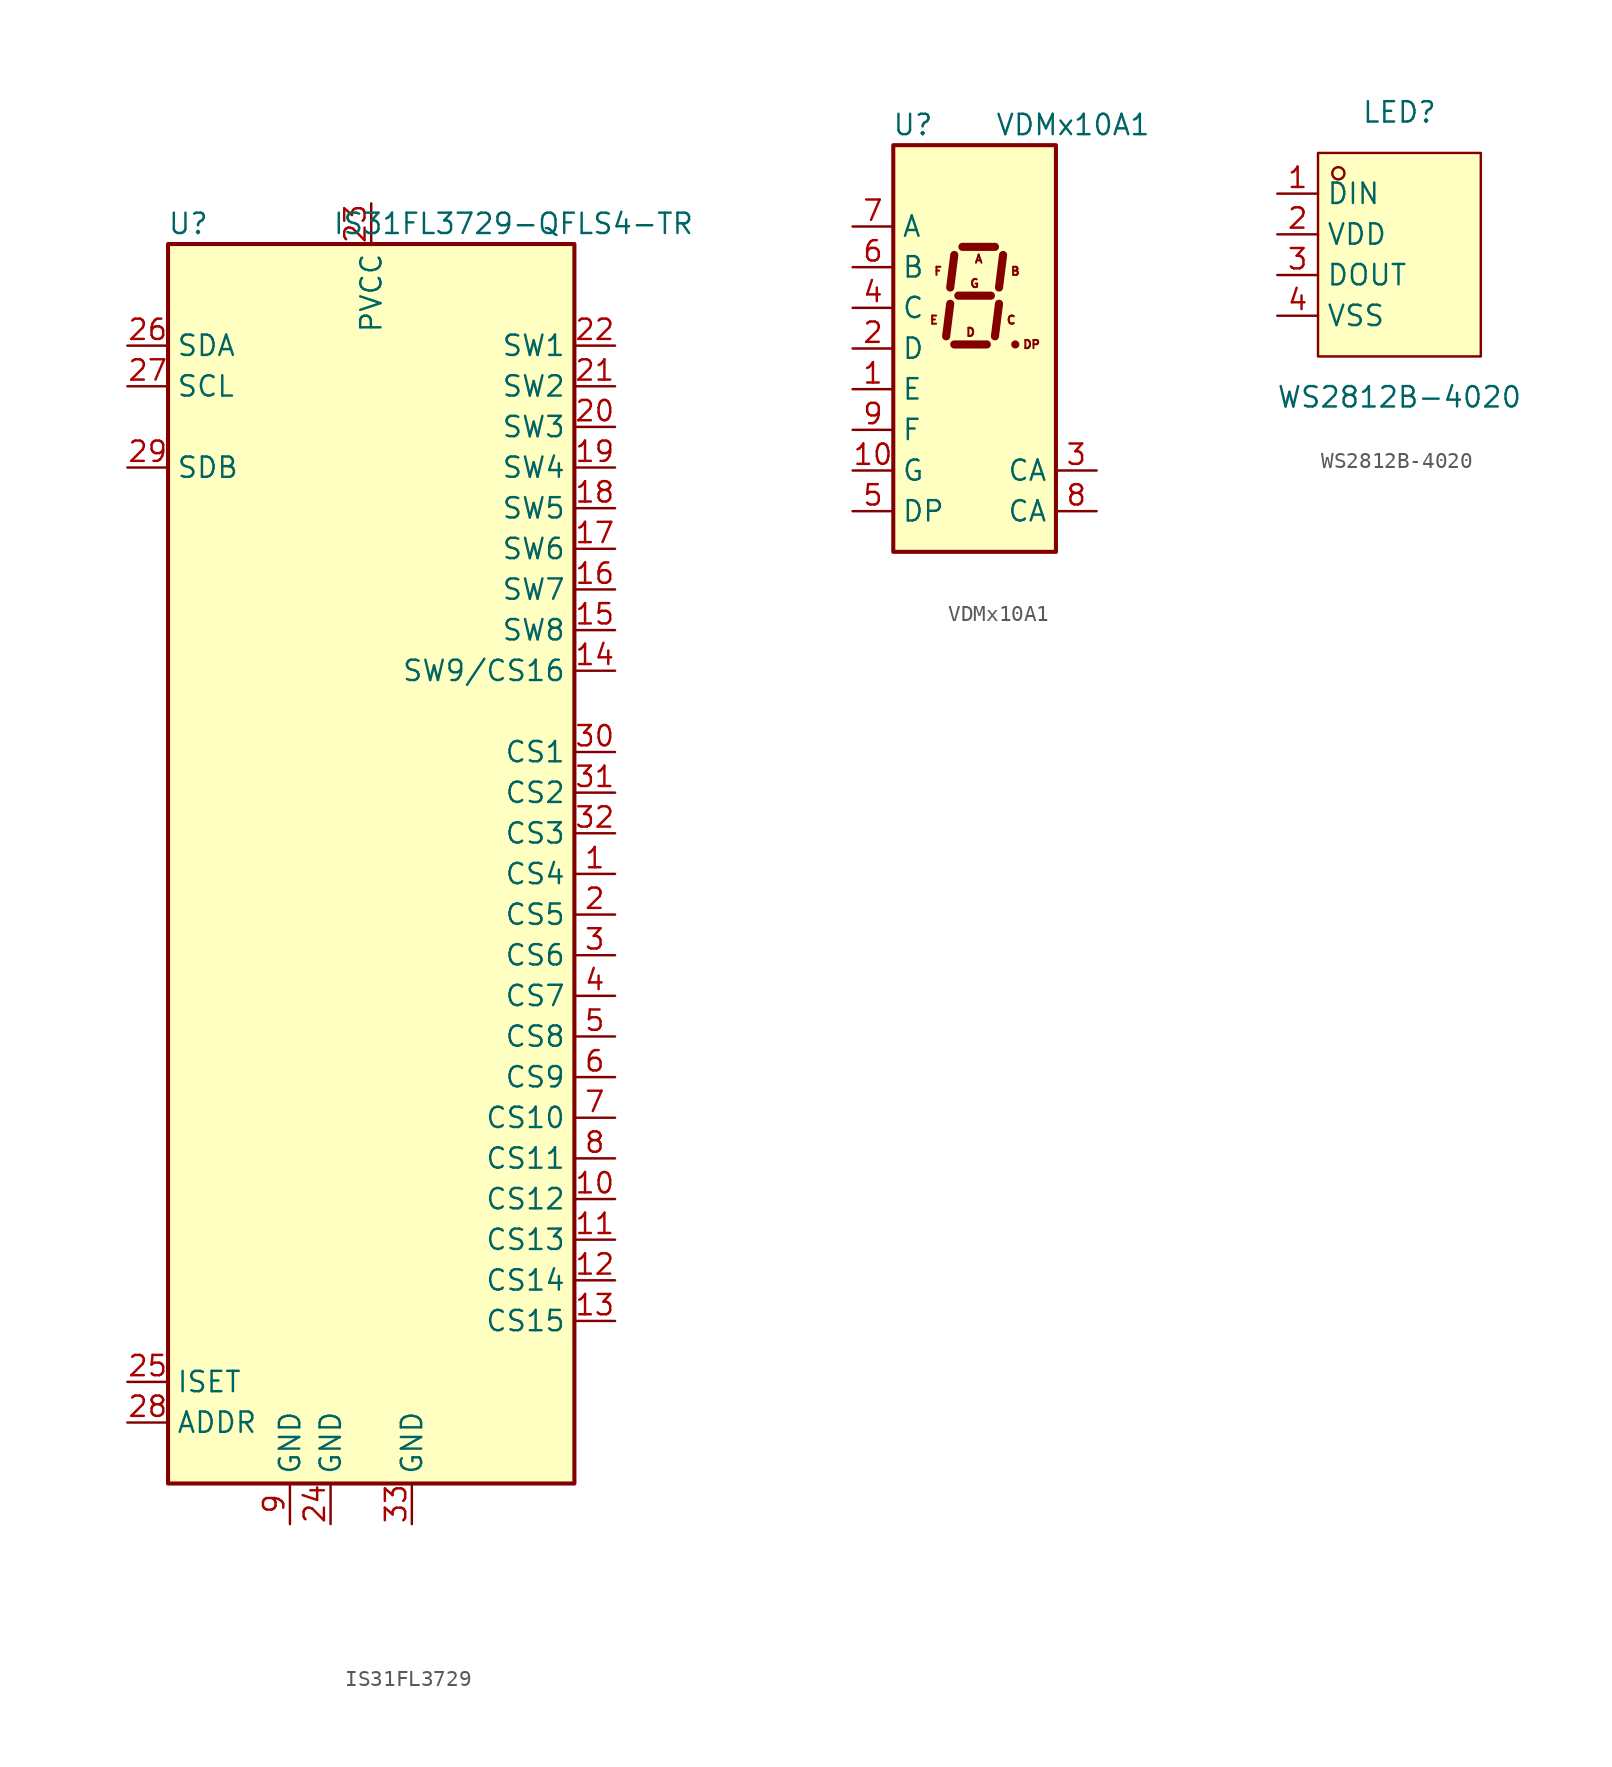
<source format=kicad_sym>
(kicad_symbol_lib
  (version 20231120)
  (generator "kicad_symbol_editor")
  (generator_version "8.0")
  (symbol "IS31FL3729"
    (property "Reference" "U"
      (at -11.43 67.31 0)
      (effects (font (size 1.27 1.27))))
    (property "Value" "IS31FL3729-QFLS4-TR"
      (at 8.89 67.31 0)
      (effects (font (size 1.27 1.27))))
    (symbol "IS31FL3729_0_1"
      (rectangle (start -12.7 66.04) (end 12.7 -11.43) (stroke (width 0.254) (type default)) (fill (type background))))
    (symbol "IS31FL3729_1_1"
      (pin output line (at 15.24 26.67 180) (length 2.54) (name "CS4" (effects (font (size 1.27 1.27)))) (number "1" (effects (font (size 1.27 1.27)))))
      (pin output line (at 15.24 6.35 180) (length 2.54) (name "CS12" (effects (font (size 1.27 1.27)))) (number "10" (effects (font (size 1.27 1.27)))))
      (pin output line (at 15.24 3.81 180) (length 2.54) (name "CS13" (effects (font (size 1.27 1.27)))) (number "11" (effects (font (size 1.27 1.27)))))
      (pin output line (at 15.24 1.27 180) (length 2.54) (name "CS14" (effects (font (size 1.27 1.27)))) (number "12" (effects (font (size 1.27 1.27)))))
      (pin output line (at 15.24 -1.27 180) (length 2.54) (name "CS15" (effects (font (size 1.27 1.27)))) (number "13" (effects (font (size 1.27 1.27)))))
      (pin input line (at 15.24 39.37 180) (length 2.54) (name "SW9/CS16" (effects (font (size 1.27 1.27)))) (number "14" (effects (font (size 1.27 1.27)))))
      (pin input line (at 15.24 41.91 180) (length 2.54) (name "SW8" (effects (font (size 1.27 1.27)))) (number "15" (effects (font (size 1.27 1.27)))))
      (pin input line (at 15.24 44.45 180) (length 2.54) (name "SW7" (effects (font (size 1.27 1.27)))) (number "16" (effects (font (size 1.27 1.27)))))
      (pin input line (at 15.24 46.99 180) (length 2.54) (name "SW6" (effects (font (size 1.27 1.27)))) (number "17" (effects (font (size 1.27 1.27)))))
      (pin input line (at 15.24 49.53 180) (length 2.54) (name "SW5" (effects (font (size 1.27 1.27)))) (number "18" (effects (font (size 1.27 1.27)))))
      (pin input line (at 15.24 52.07 180) (length 2.54) (name "SW4" (effects (font (size 1.27 1.27)))) (number "19" (effects (font (size 1.27 1.27)))))
      (pin output line (at 15.24 24.13 180) (length 2.54) (name "CS5" (effects (font (size 1.27 1.27)))) (number "2" (effects (font (size 1.27 1.27)))))
      (pin input line (at 15.24 54.61 180) (length 2.54) (name "SW3" (effects (font (size 1.27 1.27)))) (number "20" (effects (font (size 1.27 1.27)))))
      (pin input line (at 15.24 57.15 180) (length 2.54) (name "SW2" (effects (font (size 1.27 1.27)))) (number "21" (effects (font (size 1.27 1.27)))))
      (pin input line (at 15.24 59.69 180) (length 2.54) (name "SW1" (effects (font (size 1.27 1.27)))) (number "22" (effects (font (size 1.27 1.27)))))
      (pin power_in line (at 0 68.58 270) (length 2.54) (name "PVCC" (effects (font (size 1.27 1.27)))) (number "23" (effects (font (size 1.27 1.27)))))
      (pin power_in line (at -2.54 -13.97 90) (length 2.54) (name "GND" (effects (font (size 1.27 1.27)))) (number "24" (effects (font (size 1.27 1.27)))))
      (pin input line (at -15.24 -5.08 0) (length 2.54) (name "ISET" (effects (font (size 1.27 1.27)))) (number "25" (effects (font (size 1.27 1.27)))))
      (pin bidirectional line (at -15.24 59.69 0) (length 2.54) (name "SDA" (effects (font (size 1.27 1.27)))) (number "26" (effects (font (size 1.27 1.27)))))
      (pin input line (at -15.24 57.15 0) (length 2.54) (name "SCL" (effects (font (size 1.27 1.27)))) (number "27" (effects (font (size 1.27 1.27)))))
      (pin input line (at -15.24 -7.62 0) (length 2.54) (name "ADDR" (effects (font (size 1.27 1.27)))) (number "28" (effects (font (size 1.27 1.27)))))
      (pin input line (at -15.24 52.07 0) (length 2.54) (name "SDB" (effects (font (size 1.27 1.27)))) (number "29" (effects (font (size 1.27 1.27)))))
      (pin output line (at 15.24 21.59 180) (length 2.54) (name "CS6" (effects (font (size 1.27 1.27)))) (number "3" (effects (font (size 1.27 1.27)))))
      (pin output line (at 15.24 34.29 180) (length 2.54) (name "CS1" (effects (font (size 1.27 1.27)))) (number "30" (effects (font (size 1.27 1.27)))))
      (pin output line (at 15.24 31.75 180) (length 2.54) (name "CS2" (effects (font (size 1.27 1.27)))) (number "31" (effects (font (size 1.27 1.27)))))
      (pin output line (at 15.24 29.21 180) (length 2.54) (name "CS3" (effects (font (size 1.27 1.27)))) (number "32" (effects (font (size 1.27 1.27)))))
      (pin power_in line (at 2.54 -13.97 90) (length 2.54) (name "GND" (effects (font (size 1.27 1.27)))) (number "33" (effects (font (size 1.27 1.27)))))
      (pin output line (at 15.24 19.05 180) (length 2.54) (name "CS7" (effects (font (size 1.27 1.27)))) (number "4" (effects (font (size 1.27 1.27)))))
      (pin output line (at 15.24 16.51 180) (length 2.54) (name "CS8" (effects (font (size 1.27 1.27)))) (number "5" (effects (font (size 1.27 1.27)))))
      (pin output line (at 15.24 13.97 180) (length 2.54) (name "CS9" (effects (font (size 1.27 1.27)))) (number "6" (effects (font (size 1.27 1.27)))))
      (pin output line (at 15.24 11.43 180) (length 2.54) (name "CS10" (effects (font (size 1.27 1.27)))) (number "7" (effects (font (size 1.27 1.27)))))
      (pin output line (at 15.24 8.89 180) (length 2.54) (name "CS11" (effects (font (size 1.27 1.27)))) (number "8" (effects (font (size 1.27 1.27)))))
      (pin power_in line (at -5.08 -13.97 90) (length 2.54) (name "GND" (effects (font (size 1.27 1.27)))) (number "9" (effects (font (size 1.27 1.27)))))))
  (symbol "VDMx10A1"
    (property "Reference" "U"
      (at -2.54 13.97 0)
      (effects (font (size 1.27 1.27)) (justify right)))
    (property "Value" "VDMx10A1"
      (at 1.27 13.97 0)
      (effects (font (size 1.27 1.27)) (justify left)))
    (symbol "VDMx10A1_0_0"
      (text "A" (at 0.254 5.588 0) (effects (font (size 0.508 0.508))))
      (text "B" (at 2.54 4.826 0) (effects (font (size 0.508 0.508))))
      (text "C" (at 2.286 1.778 0) (effects (font (size 0.508 0.508))))
      (text "D" (at -0.254 1.016 0) (effects (font (size 0.508 0.508))))
      (text "DP" (at 3.556 0.254 0) (effects (font (size 0.508 0.508))))
      (text "E" (at -2.54 1.778 0) (effects (font (size 0.508 0.508))))
      (text "F" (at -2.286 4.826 0) (effects (font (size 0.508 0.508))))
      (text "G" (at 0 4.064 0) (effects (font (size 0.508 0.508)))))
    (symbol "VDMx10A1_0_1"
      (rectangle (start -5.08 12.7) (end 5.08 -12.7) (stroke (width 0.254) (type default)) (fill (type background)))
      (polyline (pts (xy -1.524 2.794) (xy -1.778 0.762)) (stroke (width 0.508) (type default)) (fill (type none)))
      (polyline (pts (xy -1.27 0.254) (xy 0.762 0.254)) (stroke (width 0.508) (type default)) (fill (type none)))
      (polyline (pts (xy -1.27 5.842) (xy -1.524 3.81)) (stroke (width 0.508) (type default)) (fill (type none)))
      (polyline (pts (xy -1.016 3.302) (xy 1.016 3.302)) (stroke (width 0.508) (type default)) (fill (type none)))
      (polyline (pts (xy -0.762 6.35) (xy 1.27 6.35)) (stroke (width 0.508) (type default)) (fill (type none)))
      (polyline (pts (xy 1.524 2.794) (xy 1.27 0.762)) (stroke (width 0.508) (type default)) (fill (type none)))
      (polyline (pts (xy 1.778 5.842) (xy 1.524 3.81)) (stroke (width 0.508) (type default)) (fill (type none)))
      (polyline (pts (xy 2.54 0.254) (xy 2.54 0.254)) (stroke (width 0.508) (type default)) (fill (type none))))
    (symbol "VDMx10A1_1_1"
      (pin input line (at -7.62 -2.54 0) (length 2.54) (name "E" (effects (font (size 1.27 1.27)))) (number "1" (effects (font (size 1.27 1.27)))))
      (pin input line (at -7.62 -7.62 0) (length 2.54) (name "G" (effects (font (size 1.27 1.27)))) (number "10" (effects (font (size 1.27 1.27)))))
      (pin input line (at -7.62 0 0) (length 2.54) (name "D" (effects (font (size 1.27 1.27)))) (number "2" (effects (font (size 1.27 1.27)))))
      (pin input line (at 7.62 -7.62 180) (length 2.54) (name "CA" (effects (font (size 1.27 1.27)))) (number "3" (effects (font (size 1.27 1.27)))))
      (pin input line (at -7.62 2.54 0) (length 2.54) (name "C" (effects (font (size 1.27 1.27)))) (number "4" (effects (font (size 1.27 1.27)))))
      (pin input line (at -7.62 -10.16 0) (length 2.54) (name "DP" (effects (font (size 1.27 1.27)))) (number "5" (effects (font (size 1.27 1.27)))))
      (pin input line (at -7.62 5.08 0) (length 2.54) (name "B" (effects (font (size 1.27 1.27)))) (number "6" (effects (font (size 1.27 1.27)))))
      (pin input line (at -7.62 7.62 0) (length 2.54) (name "A" (effects (font (size 1.27 1.27)))) (number "7" (effects (font (size 1.27 1.27)))))
      (pin input line (at 7.62 -10.16 180) (length 2.54) (name "CA" (effects (font (size 1.27 1.27)))) (number "8" (effects (font (size 1.27 1.27)))))
      (pin input line (at -7.62 -5.08 0) (length 2.54) (name "F" (effects (font (size 1.27 1.27)))) (number "9" (effects (font (size 1.27 1.27)))))))
  (symbol "WS2812B-4020"
    (property "Reference" "LED"
      (at 0 8.89 0)
      (effects (font (size 1.27 1.27))))
    (property "Value" "WS2812B-4020"
      (at 0 -8.89 0)
      (effects (font (size 1.27 1.27))))
    (symbol "WS2812B-4020_0_1"
      (rectangle (start -5.08 6.35) (end 5.08 -6.35) (stroke (width 0) (type default)) (fill (type background)))
      (circle (center -3.81 5.08) (radius 0.38) (stroke (width 0) (type default)) (fill (type none)))
      (pin unspecified line (at -7.62 3.81 0) (length 2.54) (name "DIN" (effects (font (size 1.27 1.27)))) (number "1" (effects (font (size 1.27 1.27)))))
      (pin unspecified line (at -7.62 1.27 0) (length 2.54) (name "VDD" (effects (font (size 1.27 1.27)))) (number "2" (effects (font (size 1.27 1.27)))))
      (pin unspecified line (at -7.62 -1.27 0) (length 2.54) (name "DOUT" (effects (font (size 1.27 1.27)))) (number "3" (effects (font (size 1.27 1.27)))))
      (pin unspecified line (at -7.62 -3.81 0) (length 2.54) (name "VSS" (effects (font (size 1.27 1.27)))) (number "4" (effects (font (size 1.27 1.27))))))))
</source>
